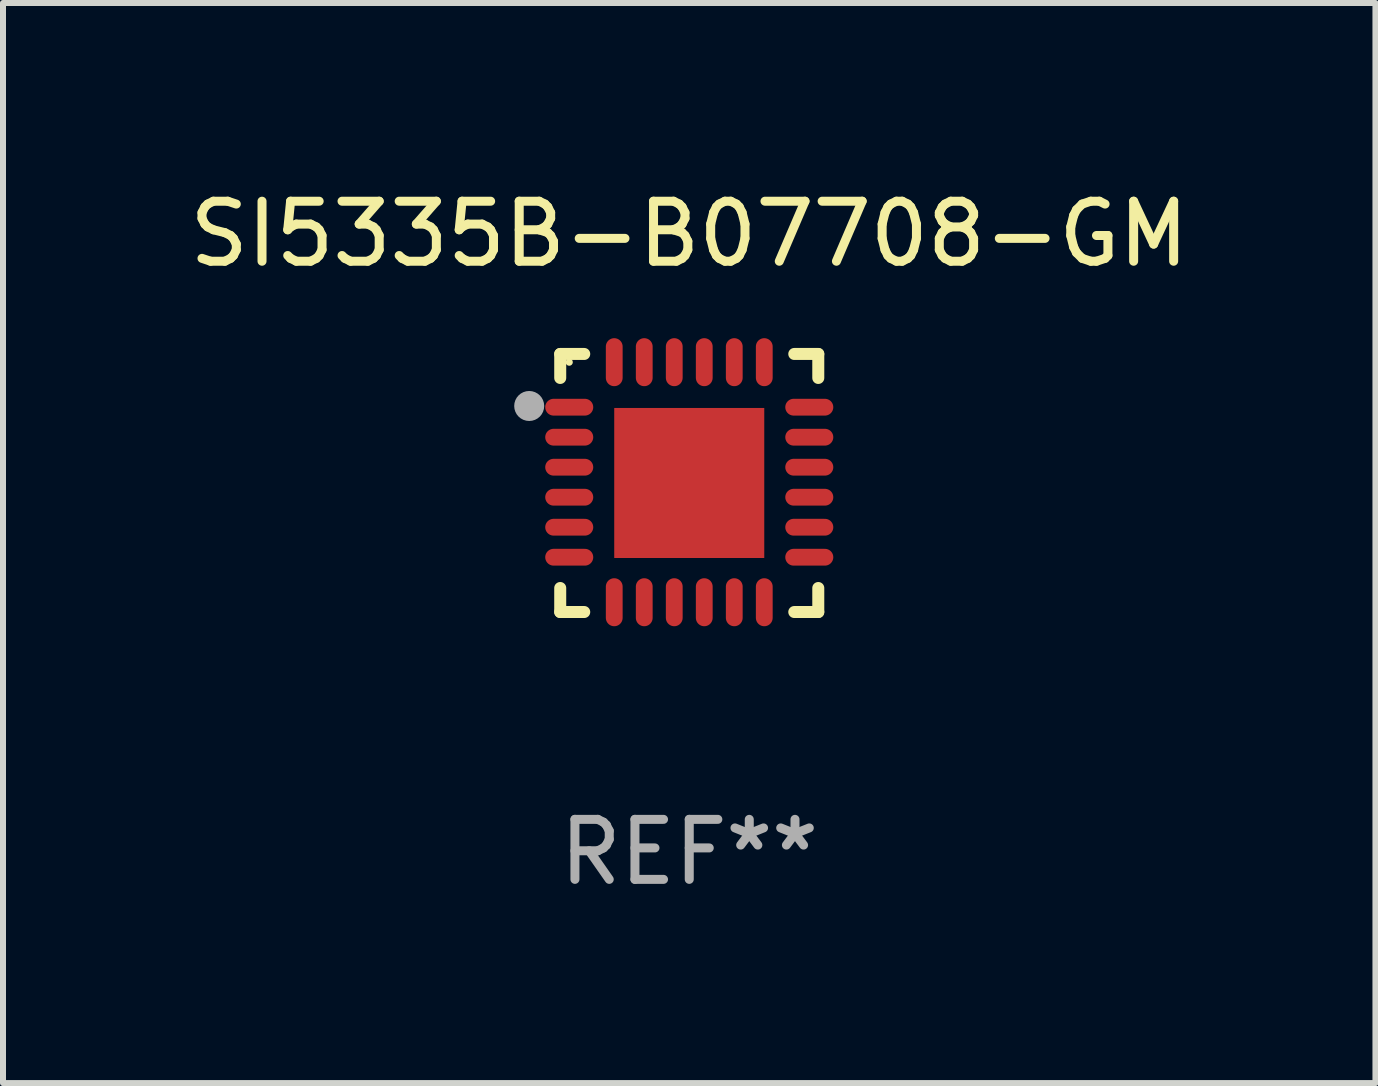
<source format=kicad_pcb>
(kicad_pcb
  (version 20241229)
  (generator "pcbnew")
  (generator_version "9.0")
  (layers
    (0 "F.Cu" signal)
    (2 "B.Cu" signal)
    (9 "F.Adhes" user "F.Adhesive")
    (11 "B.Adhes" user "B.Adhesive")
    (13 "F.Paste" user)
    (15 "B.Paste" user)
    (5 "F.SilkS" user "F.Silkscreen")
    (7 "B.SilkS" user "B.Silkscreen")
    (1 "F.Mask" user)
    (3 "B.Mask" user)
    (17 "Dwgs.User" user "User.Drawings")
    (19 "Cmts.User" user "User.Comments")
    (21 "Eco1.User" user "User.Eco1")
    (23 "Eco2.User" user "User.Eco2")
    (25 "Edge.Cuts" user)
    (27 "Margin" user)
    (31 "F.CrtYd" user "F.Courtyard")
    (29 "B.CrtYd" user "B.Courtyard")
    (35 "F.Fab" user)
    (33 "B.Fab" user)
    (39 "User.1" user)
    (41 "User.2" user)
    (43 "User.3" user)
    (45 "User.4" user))
  (footprint "SI5335B-B07708-GM"
    (layer "F.Cu")
    (at 8.435 4.998)
    (property "Reference" "SI5335B-B07708-GM" (at 0 -4.15 0) (layer "F.SilkS") (effects (font (size 1 1) (thickness 0.15))))
    (attr through_hole)
    (fp_line (start -2.15 -2.15) (end -1.75 -2.15) (stroke (width 0.2) (type solid)) (layer "F.SilkS"))
    (fp_line (start -2.15 -1.75) (end -2.15 -2.15) (stroke (width 0.2) (type solid)) (layer "F.SilkS"))
    (fp_line (start -2.15 2.15) (end -2.15 1.75) (stroke (width 0.2) (type solid)) (layer "F.SilkS"))
    (fp_line (start -1.75 2.15) (end -2.15 2.15) (stroke (width 0.2) (type solid)) (layer "F.SilkS"))
    (fp_line (start 1.75 -2.15) (end 2.15 -2.15) (stroke (width 0.2) (type solid)) (layer "F.SilkS"))
    (fp_line (start 1.75 2.15) (end 2.15 2.15) (stroke (width 0.2) (type solid)) (layer "F.SilkS"))
    (fp_line (start 2.15 -2.15) (end 2.15 -1.75) (stroke (width 0.2) (type solid)) (layer "F.SilkS"))
    (fp_line (start 2.15 2.15) (end 2.15 1.75) (stroke (width 0.2) (type solid)) (layer "F.SilkS"))
    (fp_circle (center -2 -2.013) (end -1.97 -2.013) (stroke (width 0.06) (type solid)) (fill no) (layer "F.SilkS"))
    (fp_circle (center -2.667 -1.283) (end -2.542 -1.283) (stroke (width 0.25) (type solid)) (fill no) (layer "F.Fab"))
    (fp_text user "REF**" (at 0 6.15 0) (layer "F.Fab") (effects (font (size 1 1) (thickness 0.15))))
    (pad "1" smd oval (at -2 -1.263) (size 0.8 0.28) (layers "F.Cu" "F.Mask" "F.Paste"))
    (pad "2" smd oval (at -2 -0.763) (size 0.8 0.28) (layers "F.Cu" "F.Mask" "F.Paste"))
    (pad "3" smd oval (at -2 -0.263) (size 0.8 0.28) (layers "F.Cu" "F.Mask" "F.Paste"))
    (pad "4" smd oval (at -2 0.237) (size 0.8 0.28) (layers "F.Cu" "F.Mask" "F.Paste"))
    (pad "5" smd oval (at -2 0.737) (size 0.8 0.28) (layers "F.Cu" "F.Mask" "F.Paste"))
    (pad "6" smd oval (at -2 1.237) (size 0.8 0.28) (layers "F.Cu" "F.Mask" "F.Paste"))
    (pad "7" smd oval (at -1.25 1.987) (size 0.28 0.8) (layers "F.Cu" "F.Mask" "F.Paste"))
    (pad "8" smd oval (at -0.75 1.987) (size 0.28 0.8) (layers "F.Cu" "F.Mask" "F.Paste"))
    (pad "9" smd oval (at -0.25 1.987) (size 0.28 0.8) (layers "F.Cu" "F.Mask" "F.Paste"))
    (pad "10" smd oval (at 0.25 1.987) (size 0.28 0.8) (layers "F.Cu" "F.Mask" "F.Paste"))
    (pad "11" smd oval (at 0.75 1.987) (size 0.28 0.8) (layers "F.Cu" "F.Mask" "F.Paste"))
    (pad "12" smd oval (at 1.25 1.987) (size 0.28 0.8) (layers "F.Cu" "F.Mask" "F.Paste"))
    (pad "13" smd oval (at 2 1.237) (size 0.8 0.28) (layers "F.Cu" "F.Mask" "F.Paste"))
    (pad "14" smd oval (at 2 0.737) (size 0.8 0.28) (layers "F.Cu" "F.Mask" "F.Paste"))
    (pad "15" smd oval (at 2 0.237) (size 0.8 0.28) (layers "F.Cu" "F.Mask" "F.Paste"))
    (pad "16" smd oval (at 2 -0.263) (size 0.8 0.28) (layers "F.Cu" "F.Mask" "F.Paste"))
    (pad "17" smd oval (at 2 -0.763) (size 0.8 0.28) (layers "F.Cu" "F.Mask" "F.Paste"))
    (pad "18" smd oval (at 2 -1.263) (size 0.8 0.28) (layers "F.Cu" "F.Mask" "F.Paste"))
    (pad "19" smd oval (at 1.25 -2.013) (size 0.28 0.8) (layers "F.Cu" "F.Mask" "F.Paste"))
    (pad "20" smd oval (at 0.75 -2.013) (size 0.28 0.8) (layers "F.Cu" "F.Mask" "F.Paste"))
    (pad "21" smd oval (at 0.25 -2.013) (size 0.28 0.8) (layers "F.Cu" "F.Mask" "F.Paste"))
    (pad "22" smd oval (at -0.25 -2.013) (size 0.28 0.8) (layers "F.Cu" "F.Mask" "F.Paste"))
    (pad "23" smd oval (at -0.75 -2.013) (size 0.28 0.8) (layers "F.Cu" "F.Mask" "F.Paste"))
    (pad "24" smd oval (at -1.25 -2.013) (size 0.28 0.8) (layers "F.Cu" "F.Mask" "F.Paste"))
    (pad "25" smd rect (at -0.000127 -0.00014) (size 2.5 2.5) (layers "F.Cu" "F.Mask" "F.Paste")))
  (gr_rect
    (start -3 -3)
    (end 19.869 14.997)
    (stroke (width 0.1) (type default))
    (fill no)
    (layer "Edge.Cuts")))
</source>
